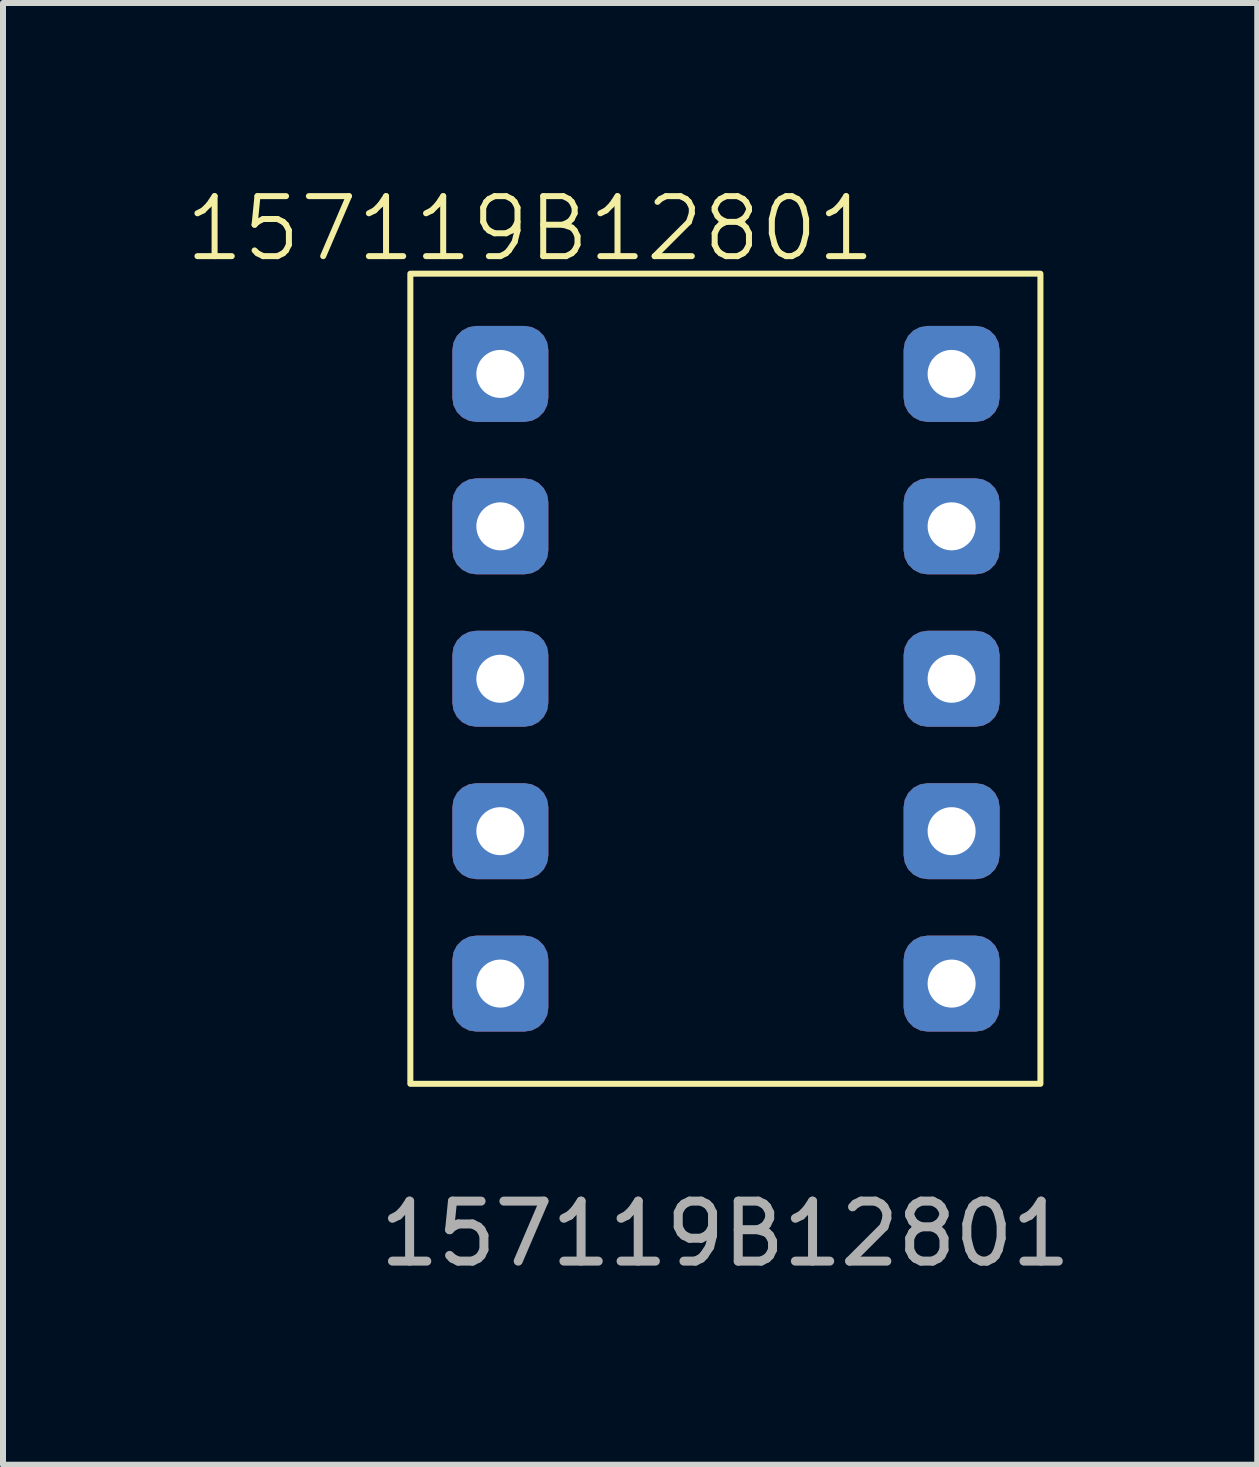
<source format=kicad_pcb>
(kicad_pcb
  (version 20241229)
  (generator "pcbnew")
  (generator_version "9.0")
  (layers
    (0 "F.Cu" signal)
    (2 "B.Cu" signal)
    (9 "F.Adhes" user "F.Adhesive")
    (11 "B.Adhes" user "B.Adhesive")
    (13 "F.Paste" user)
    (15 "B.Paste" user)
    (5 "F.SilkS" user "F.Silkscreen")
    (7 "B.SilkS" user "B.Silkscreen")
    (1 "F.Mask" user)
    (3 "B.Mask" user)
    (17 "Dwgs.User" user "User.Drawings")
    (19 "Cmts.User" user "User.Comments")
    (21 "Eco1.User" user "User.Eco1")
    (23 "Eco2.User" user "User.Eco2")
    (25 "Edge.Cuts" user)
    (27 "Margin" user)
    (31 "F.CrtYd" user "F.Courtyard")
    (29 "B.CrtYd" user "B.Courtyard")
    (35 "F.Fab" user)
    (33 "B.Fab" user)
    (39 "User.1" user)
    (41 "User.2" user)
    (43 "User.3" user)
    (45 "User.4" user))
  (footprint "157119B12801"
    (layer "F.Cu")
    (at 5.288 8.261)
    (property "Reference" "157119B12801" (at 0.5 -7.5 0) (unlocked yes) (layer "F.SilkS") (effects (font (size 1 1) (thickness 0.1))))
    (attr smd)
    (fp_rect (start -1.5 -6.75) (end 9 6.75) (stroke (width 0.1) (type default)) (fill no) (layer "F.SilkS"))
    (fp_text user "${REFERENCE}" (at 3.75 9.25 0) (unlocked yes) (layer "F.Fab") (effects (font (size 1 1) (thickness 0.15))))
    (pad "1" thru_hole roundrect (at 0 -5.08) (size 1.6 1.6) (drill 0.8) (layers "*.Cu" "*.Mask") (roundrect_rratio 0.25))
    (pad "2" thru_hole roundrect (at 0 -2.54) (size 1.6 1.6) (drill 0.8) (layers "*.Cu" "*.Mask") (roundrect_rratio 0.25))
    (pad "3" thru_hole roundrect (at 0 0) (size 1.6 1.6) (drill 0.8) (layers "*.Cu" "*.Mask") (roundrect_rratio 0.25))
    (pad "4" thru_hole roundrect (at 0 2.54) (size 1.6 1.6) (drill 0.8) (layers "*.Cu" "*.Mask") (roundrect_rratio 0.25))
    (pad "5" thru_hole roundrect (at 0 5.08) (size 1.6 1.6) (drill 0.8) (layers "*.Cu" "*.Mask") (roundrect_rratio 0.25))
    (pad "6" thru_hole roundrect (at 7.52 5.08) (size 1.6 1.6) (drill 0.8) (layers "*.Cu" "*.Mask") (roundrect_rratio 0.25))
    (pad "7" thru_hole roundrect (at 7.52 2.54) (size 1.6 1.6) (drill 0.8) (layers "*.Cu" "*.Mask") (roundrect_rratio 0.25))
    (pad "8" thru_hole roundrect (at 7.52 0) (size 1.6 1.6) (drill 0.8) (layers "*.Cu" "*.Mask") (roundrect_rratio 0.25))
    (pad "9" thru_hole roundrect (at 7.52 -2.54) (size 1.6 1.6) (drill 0.8) (layers "*.Cu" "*.Mask") (roundrect_rratio 0.25))
    (pad "10" thru_hole roundrect (at 7.52 -5.08) (size 1.6 1.6) (drill 0.8) (layers "*.Cu" "*.Mask") (roundrect_rratio 0.25)))
  (gr_rect
    (start -3 -3)
    (end 17.901 21.359)
    (stroke (width 0.1) (type default))
    (fill no)
    (layer "Edge.Cuts")))
</source>
